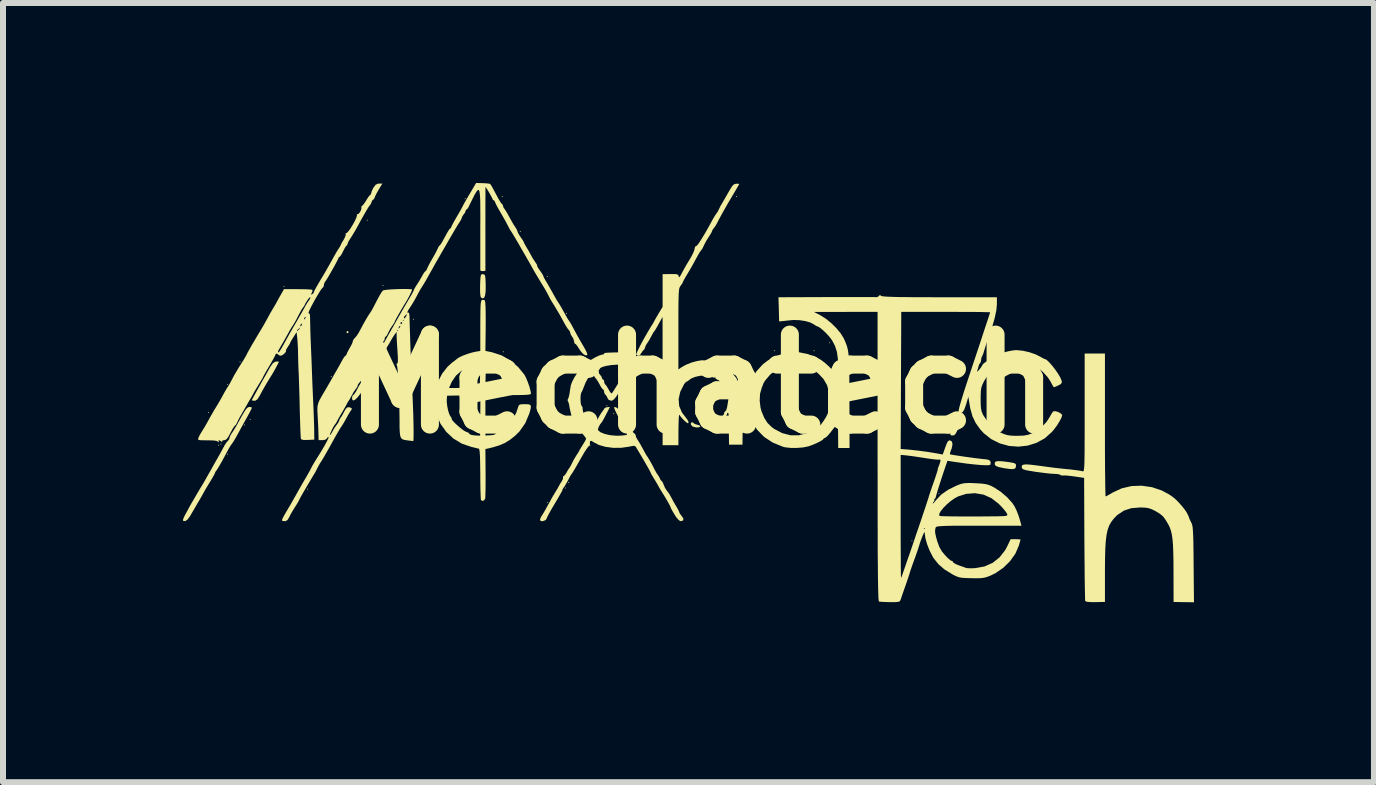
<source format=kicad_pcb>
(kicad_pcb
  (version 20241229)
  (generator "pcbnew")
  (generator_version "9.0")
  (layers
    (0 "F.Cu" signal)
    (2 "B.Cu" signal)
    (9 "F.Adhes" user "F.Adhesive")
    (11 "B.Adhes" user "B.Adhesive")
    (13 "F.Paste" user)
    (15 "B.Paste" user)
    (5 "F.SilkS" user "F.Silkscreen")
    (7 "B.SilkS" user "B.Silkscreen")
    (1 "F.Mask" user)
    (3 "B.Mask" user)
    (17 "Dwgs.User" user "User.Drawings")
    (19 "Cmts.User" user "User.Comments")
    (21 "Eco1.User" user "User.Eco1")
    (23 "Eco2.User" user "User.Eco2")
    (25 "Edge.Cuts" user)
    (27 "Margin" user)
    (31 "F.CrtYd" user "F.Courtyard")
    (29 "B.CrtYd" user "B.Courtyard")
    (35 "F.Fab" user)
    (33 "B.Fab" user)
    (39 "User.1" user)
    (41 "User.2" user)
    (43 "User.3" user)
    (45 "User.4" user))
  (footprint "Mechatech"
    (layer "F.Cu")
    (at 8.652 3.349)
    (property "Reference" "Mechatech" (at 0 0 0) (layer "F.SilkS") (effects (font (size 1.5 1.5) (thickness 0.3))))
    (attr board_only exclude_from_pos_files exclude_from_bom)
    (fp_poly (pts (xy -8.217 0.478) (xy -8.226 0.488) (xy -8.235 0.478) (xy -8.226 0.469)) (stroke (width 0) (type solid)) (fill yes) (layer "F.SilkS"))
    (fp_poly (pts (xy -8.048 1.022) (xy -8.057 1.032) (xy -8.066 1.022) (xy -8.057 1.013)) (stroke (width 0) (type solid)) (fill yes) (layer "F.SilkS"))
    (fp_poly (pts (xy -8.01 1.004) (xy -8.02 1.013) (xy -8.029 1.004) (xy -8.02 0.994)) (stroke (width 0) (type solid)) (fill yes) (layer "F.SilkS"))
    (fp_poly (pts (xy -7.898 0.009) (xy -7.907 0.019) (xy -7.916 0.009) (xy -7.907 0)) (stroke (width 0) (type solid)) (fill yes) (layer "F.SilkS"))
    (fp_poly (pts (xy -7.898 1.172) (xy -7.907 1.182) (xy -7.916 1.172) (xy -7.907 1.163)) (stroke (width 0) (type solid)) (fill yes) (layer "F.SilkS"))
    (fp_poly (pts (xy -7.691 -0.366) (xy -7.701 -0.356) (xy -7.71 -0.366) (xy -7.701 -0.375)) (stroke (width 0) (type solid)) (fill yes) (layer "F.SilkS"))
    (fp_poly (pts (xy -7.616 0.685) (xy -7.626 0.694) (xy -7.635 0.685) (xy -7.626 0.675)) (stroke (width 0) (type solid)) (fill yes) (layer "F.SilkS"))
    (fp_poly (pts (xy -7.522 0.591) (xy -7.532 0.6) (xy -7.541 0.591) (xy -7.532 0.582)) (stroke (width 0) (type solid)) (fill yes) (layer "F.SilkS"))
    (fp_poly (pts (xy -6.96 -1.623) (xy -6.969 -1.613) (xy -6.978 -1.623) (xy -6.969 -1.632)) (stroke (width 0) (type solid)) (fill yes) (layer "F.SilkS"))
    (fp_poly (pts (xy -6.566 1.754) (xy -6.575 1.763) (xy -6.584 1.754) (xy -6.575 1.745)) (stroke (width 0) (type solid)) (fill yes) (layer "F.SilkS"))
    (fp_poly (pts (xy -6.172 -0.122) (xy -6.181 -0.113) (xy -6.191 -0.122) (xy -6.181 -0.131)) (stroke (width 0) (type solid)) (fill yes) (layer "F.SilkS"))
    (fp_poly (pts (xy -5.571 -2.729) (xy -5.581 -2.72) (xy -5.59 -2.729) (xy -5.581 -2.739)) (stroke (width 0) (type solid)) (fill yes) (layer "F.SilkS"))
    (fp_poly (pts (xy -5.421 -0.403) (xy -5.431 -0.394) (xy -5.44 -0.403) (xy -5.431 -0.413)) (stroke (width 0) (type solid)) (fill yes) (layer "F.SilkS"))
    (fp_poly (pts (xy -5.309 -1.641) (xy -5.318 -1.632) (xy -5.328 -1.641) (xy -5.318 -1.651)) (stroke (width 0) (type solid)) (fill yes) (layer "F.SilkS"))
    (fp_poly (pts (xy -4.802 -1.079) (xy -4.812 -1.069) (xy -4.821 -1.079) (xy -4.812 -1.088)) (stroke (width 0) (type solid)) (fill yes) (layer "F.SilkS"))
    (fp_poly (pts (xy -3.939 -3.086) (xy -3.949 -3.077) (xy -3.958 -3.086) (xy -3.949 -3.095)) (stroke (width 0) (type solid)) (fill yes) (layer "F.SilkS"))
    (fp_poly (pts (xy -3.32 -3.123) (xy -3.33 -3.114) (xy -3.339 -3.123) (xy -3.33 -3.133)) (stroke (width 0) (type solid)) (fill yes) (layer "F.SilkS"))
    (fp_poly (pts (xy -3.302 -0.535) (xy -3.311 -0.525) (xy -3.32 -0.535) (xy -3.311 -0.544)) (stroke (width 0) (type solid)) (fill yes) (layer "F.SilkS"))
    (fp_poly (pts (xy -3.02 -2.542) (xy -3.03 -2.532) (xy -3.039 -2.542) (xy -3.03 -2.551)) (stroke (width 0) (type solid)) (fill yes) (layer "F.SilkS"))
    (fp_poly (pts (xy -2.57 -1.792) (xy -2.579 -1.782) (xy -2.589 -1.792) (xy -2.579 -1.801)) (stroke (width 0) (type solid)) (fill yes) (layer "F.SilkS"))
    (fp_poly (pts (xy -2.57 1.979) (xy -2.579 1.988) (xy -2.589 1.979) (xy -2.579 1.97)) (stroke (width 0) (type solid)) (fill yes) (layer "F.SilkS"))
    (fp_poly (pts (xy -2.27 1.735) (xy -2.279 1.745) (xy -2.289 1.735) (xy -2.279 1.726)) (stroke (width 0) (type solid)) (fill yes) (layer "F.SilkS"))
    (fp_poly (pts (xy -2.251 -1.172) (xy -2.26 -1.163) (xy -2.27 -1.172) (xy -2.26 -1.182)) (stroke (width 0) (type solid)) (fill yes) (layer "F.SilkS"))
    (fp_poly (pts (xy -2.214 1.641) (xy -2.223 1.651) (xy -2.232 1.641) (xy -2.223 1.632)) (stroke (width 0) (type solid)) (fill yes) (layer "F.SilkS"))
    (fp_poly (pts (xy -1.857 0.61) (xy -1.867 0.619) (xy -1.876 0.61) (xy -1.867 0.6)) (stroke (width 0) (type solid)) (fill yes) (layer "F.SilkS"))
    (fp_poly (pts (xy -1.82 -0.122) (xy -1.829 -0.113) (xy -1.838 -0.122) (xy -1.829 -0.131)) (stroke (width 0) (type solid)) (fill yes) (layer "F.SilkS"))
    (fp_poly (pts (xy -1.576 0.366) (xy -1.585 0.375) (xy -1.595 0.366) (xy -1.585 0.356)) (stroke (width 0) (type solid)) (fill yes) (layer "F.SilkS"))
    (fp_poly (pts (xy -1.463 0.497) (xy -1.473 0.506) (xy -1.482 0.497) (xy -1.473 0.488)) (stroke (width 0) (type solid)) (fill yes) (layer "F.SilkS"))
    (fp_poly (pts (xy -1.332 0.779) (xy -1.341 0.788) (xy -1.351 0.779) (xy -1.341 0.769)) (stroke (width 0) (type solid)) (fill yes) (layer "F.SilkS"))
    (fp_poly (pts (xy -1.163 -0.535) (xy -1.172 -0.525) (xy -1.182 -0.535) (xy -1.172 -0.544)) (stroke (width 0) (type solid)) (fill yes) (layer "F.SilkS"))
    (fp_poly (pts (xy -1.069 -0.347) (xy -1.079 -0.338) (xy -1.088 -0.347) (xy -1.079 -0.356)) (stroke (width 0) (type solid)) (fill yes) (layer "F.SilkS"))
    (fp_poly (pts (xy 0.206 -0.028) (xy 0.197 -0.019) (xy 0.188 -0.028) (xy 0.197 -0.038)) (stroke (width 0) (type solid)) (fill yes) (layer "F.SilkS"))
    (fp_poly (pts (xy 0.244 -0.028) (xy 0.234 -0.019) (xy 0.225 -0.028) (xy 0.234 -0.038)) (stroke (width 0) (type solid)) (fill yes) (layer "F.SilkS"))
    (fp_poly (pts (xy 0.582 -3.123) (xy 0.572 -3.114) (xy 0.563 -3.123) (xy 0.572 -3.133)) (stroke (width 0) (type solid)) (fill yes) (layer "F.SilkS"))
    (fp_poly (pts (xy 1.219 -0.553) (xy 1.21 -0.544) (xy 1.201 -0.553) (xy 1.21 -0.563)) (stroke (width 0) (type solid)) (fill yes) (layer "F.SilkS"))
    (fp_poly (pts (xy 1.876 -0.553) (xy 1.867 -0.544) (xy 1.857 -0.553) (xy 1.867 -0.563)) (stroke (width 0) (type solid)) (fill yes) (layer "F.SilkS"))
    (fp_poly (pts (xy 2.139 -0.685) (xy 2.129 -0.675) (xy 2.12 -0.685) (xy 2.129 -0.694)) (stroke (width 0) (type solid)) (fill yes) (layer "F.SilkS"))
    (fp_poly (pts (xy 2.232 -0.216) (xy 2.223 -0.206) (xy 2.214 -0.216) (xy 2.223 -0.225)) (stroke (width 0) (type solid)) (fill yes) (layer "F.SilkS"))
    (fp_poly (pts (xy 3.508 2.617) (xy 3.499 2.626) (xy 3.489 2.617) (xy 3.499 2.608)) (stroke (width 0) (type solid)) (fill yes) (layer "F.SilkS"))
    (fp_poly (pts (xy 3.958 1.829) (xy 3.949 1.838) (xy 3.939 1.829) (xy 3.949 1.82)) (stroke (width 0) (type solid)) (fill yes) (layer "F.SilkS"))
    (fp_poly (pts (xy 4.146 0.647) (xy 4.136 0.657) (xy 4.127 0.647) (xy 4.136 0.638)) (stroke (width 0) (type solid)) (fill yes) (layer "F.SilkS"))
    (fp_poly (pts (xy 4.934 -0.197) (xy 4.924 -0.188) (xy 4.915 -0.197) (xy 4.924 -0.206)) (stroke (width 0) (type solid)) (fill yes) (layer "F.SilkS"))
    (fp_poly (pts (xy -5.891 -0.867) (xy -5.89 -0.863) (xy -5.905 -0.845) (xy -5.909 -0.844) (xy -5.927 -0.858) (xy -5.928 -0.863) (xy -5.914 -0.881) (xy -5.909 -0.882)) (stroke (width 0) (type solid)) (fill yes) (layer "F.SilkS"))
    (fp_poly (pts (xy -0.152 0.643) (xy -0.142 0.654) (xy -0.118 0.669) (xy -0.075 0.682) (xy -0.074 0.682) (xy -0.038 0.695) (xy -0.027 0.711) (xy -0.028 0.712) (xy -0.055 0.725) (xy -0.1 0.725) (xy -0.147 0.714) (xy -0.16 0.708) (xy -0.184 0.68) (xy -0.188 0.665) (xy -0.176 0.641)) (stroke (width 0) (type solid)) (fill yes) (layer "F.SilkS"))
    (fp_poly (pts (xy -3.652 -1.829) (xy -3.633 -1.825) (xy -3.62 -1.812) (xy -3.613 -1.783) (xy -3.609 -1.73) (xy -3.606 -1.652) (xy -3.607 -1.544) (xy -3.617 -1.47) (xy -3.636 -1.43) (xy -3.664 -1.427) (xy -3.687 -1.443) (xy -3.694 -1.469) (xy -3.699 -1.523) (xy -3.7 -1.596) (xy -3.699 -1.647) (xy -3.696 -1.731) (xy -3.692 -1.785) (xy -3.685 -1.815) (xy -3.674 -1.827) (xy -3.657 -1.829)) (stroke (width 0) (type solid)) (fill yes) (layer "F.SilkS"))
    (fp_poly (pts (xy 4.293 0.542) (xy 4.311 0.554) (xy 4.32 0.568) (xy 4.318 0.594) (xy 4.304 0.64) (xy 4.28 0.708) (xy 4.251 0.785) (xy 4.227 0.831) (xy 4.204 0.854) (xy 4.189 0.859) (xy 4.153 0.858) (xy 4.14 0.85) (xy 4.141 0.826) (xy 4.152 0.778) (xy 4.17 0.715) (xy 4.191 0.65) (xy 4.213 0.591) (xy 4.231 0.55) (xy 4.238 0.538) (xy 4.266 0.533)) (stroke (width 0) (type solid)) (fill yes) (layer "F.SilkS"))
    (fp_poly (pts (xy 5.001 1.29) (xy 5.07 1.298) (xy 5.149 1.309) (xy 5.197 1.319) (xy 5.223 1.331) (xy 5.233 1.347) (xy 5.234 1.361) (xy 5.229 1.394) (xy 5.212 1.413) (xy 5.177 1.421) (xy 5.117 1.417) (xy 5.028 1.404) (xy 5.009 1.4) (xy 4.939 1.385) (xy 4.899 1.369) (xy 4.882 1.349) (xy 4.88 1.344) (xy 4.88 1.312) (xy 4.896 1.294) (xy 4.935 1.287)) (stroke (width 0) (type solid)) (fill yes) (layer "F.SilkS"))
    (fp_poly (pts (xy -7.053 -0.369) (xy -7.062 -0.348) (xy -7.085 -0.304) (xy -7.116 -0.246) (xy -7.15 -0.186) (xy -7.183 -0.131) (xy -7.195 -0.113) (xy -7.259 -0.008) (xy -7.327 0.11) (xy -7.376 0.202) (xy -7.41 0.255) (xy -7.443 0.279) (xy -7.461 0.281) (xy -7.494 0.278) (xy -7.504 0.271) (xy -7.495 0.252) (xy -7.471 0.207) (xy -7.435 0.141) (xy -7.391 0.061) (xy -7.374 0.032) (xy -7.323 -0.06) (xy -7.273 -0.147) (xy -7.231 -0.222) (xy -7.202 -0.275) (xy -7.198 -0.281) (xy -7.159 -0.339) (xy -7.121 -0.367) (xy -7.102 -0.372) (xy -7.066 -0.373)) (stroke (width 0) (type solid)) (fill yes) (layer "F.SilkS"))
    (fp_poly (pts (xy -7.513 0.388) (xy -7.504 0.398) (xy -7.512 0.42) (xy -7.536 0.467) (xy -7.569 0.529) (xy -7.586 0.559) (xy -7.635 0.647) (xy -7.688 0.743) (xy -7.734 0.828) (xy -7.738 0.835) (xy -7.775 0.902) (xy -7.809 0.958) (xy -7.833 0.994) (xy -7.835 0.997) (xy -7.862 1.034) (xy -7.892 1.084) (xy -7.895 1.09) (xy -7.959 1.21) (xy -8.013 1.309) (xy -8.057 1.385) (xy -8.086 1.432) (xy -8.096 1.444) (xy -8.115 1.472) (xy -8.118 1.482) (xy -8.126 1.503) (xy -8.151 1.548) (xy -8.188 1.611) (xy -8.23 1.68) (xy -8.253 1.718) (xy -8.285 1.772) (xy -8.301 1.801) (xy -8.337 1.866) (xy -8.381 1.942) (xy -8.409 1.989) (xy -8.453 2.065) (xy -8.501 2.147) (xy -8.526 2.191) (xy -8.571 2.256) (xy -8.612 2.287) (xy -8.646 2.283) (xy -8.652 2.278) (xy -8.65 2.257) (xy -8.633 2.215) (xy -8.615 2.18) (xy -8.58 2.117) (xy -8.548 2.057) (xy -8.536 2.035) (xy -8.506 1.982) (xy -8.463 1.909) (xy -8.415 1.827) (xy -8.368 1.747) (xy -8.34 1.701) (xy -8.315 1.66) (xy -8.277 1.594) (xy -8.23 1.51) (xy -8.176 1.416) (xy -8.121 1.317) (xy -8.067 1.222) (xy -8.02 1.138) (xy -7.983 1.07) (xy -7.96 1.027) (xy -7.957 1.022) (xy -7.93 0.979) (xy -7.905 0.952) (xy -7.904 0.951) (xy -7.881 0.921) (xy -7.879 0.906) (xy -7.868 0.872) (xy -7.842 0.826) (xy -7.836 0.818) (xy -7.801 0.765) (xy -7.762 0.7) (xy -7.748 0.675) (xy -7.691 0.571) (xy -7.648 0.495) (xy -7.616 0.443) (xy -7.592 0.41) (xy -7.572 0.393) (xy -7.554 0.386) (xy -7.546 0.385)) (stroke (width 0) (type solid)) (fill yes) (layer "F.SilkS"))
    (fp_poly (pts (xy 6.716 0.685) (xy 6.716 0.892) (xy 6.716 1.088) (xy 6.717 1.27) (xy 6.718 1.434) (xy 6.72 1.576) (xy 6.721 1.695) (xy 6.723 1.786) (xy 6.725 1.847) (xy 6.727 1.875) (xy 6.727 1.876) (xy 6.748 1.867) (xy 6.791 1.843) (xy 6.845 1.811) (xy 6.996 1.741) (xy 7.159 1.703) (xy 7.33 1.697) (xy 7.501 1.722) (xy 7.666 1.778) (xy 7.786 1.843) (xy 7.842 1.881) (xy 7.89 1.92) (xy 7.939 1.969) (xy 7.998 2.035) (xy 8.038 2.084) (xy 8.073 2.134) (xy 8.103 2.19) (xy 8.12 2.235) (xy 8.12 2.237) (xy 8.13 2.262) (xy 8.151 2.304) (xy 8.155 2.312) (xy 8.164 2.332) (xy 8.172 2.358) (xy 8.178 2.393) (xy 8.182 2.443) (xy 8.186 2.51) (xy 8.189 2.599) (xy 8.191 2.715) (xy 8.193 2.86) (xy 8.194 3.006) (xy 8.2 3.64) (xy 8.03 3.638) (xy 7.86 3.635) (xy 7.859 3.136) (xy 7.858 2.953) (xy 7.855 2.803) (xy 7.85 2.682) (xy 7.842 2.584) (xy 7.83 2.505) (xy 7.814 2.441) (xy 7.794 2.386) (xy 7.774 2.345) (xy 7.726 2.265) (xy 7.684 2.209) (xy 7.635 2.167) (xy 7.571 2.128) (xy 7.558 2.12) (xy 7.493 2.088) (xy 7.438 2.07) (xy 7.376 2.062) (xy 7.299 2.06) (xy 7.155 2.072) (xy 7.033 2.112) (xy 6.929 2.181) (xy 6.907 2.2) (xy 6.858 2.252) (xy 6.818 2.305) (xy 6.786 2.363) (xy 6.761 2.433) (xy 6.743 2.516) (xy 6.73 2.619) (xy 6.722 2.745) (xy 6.718 2.899) (xy 6.716 3.084) (xy 6.716 3.144) (xy 6.716 3.634) (xy 6.556 3.638) (xy 6.47 3.637) (xy 6.416 3.632) (xy 6.39 3.621) (xy 6.387 3.617) (xy 6.385 3.594) (xy 6.384 3.537) (xy 6.382 3.45) (xy 6.38 3.335) (xy 6.378 3.198) (xy 6.377 3.04) (xy 6.375 2.866) (xy 6.374 2.68) (xy 6.373 2.58) (xy 6.369 1.567) (xy 6.209 1.543) (xy 6.132 1.533) (xy 6.067 1.527) (xy 6.024 1.526) (xy 6.017 1.527) (xy 5.984 1.525) (xy 5.974 1.518) (xy 5.95 1.507) (xy 5.903 1.501) (xy 5.875 1.5) (xy 5.821 1.497) (xy 5.741 1.489) (xy 5.647 1.477) (xy 5.562 1.466) (xy 5.465 1.45) (xy 5.398 1.438) (xy 5.358 1.425) (xy 5.337 1.412) (xy 5.331 1.399) (xy 5.329 1.372) (xy 5.339 1.354) (xy 5.366 1.344) (xy 5.414 1.342) (xy 5.488 1.348) (xy 5.593 1.361) (xy 5.64 1.367) (xy 5.749 1.382) (xy 5.855 1.396) (xy 5.948 1.407) (xy 6.017 1.414) (xy 6.031 1.416) (xy 6.14 1.426) (xy 6.236 1.438) (xy 6.31 1.449) (xy 6.345 1.457) (xy 6.353 1.457) (xy 6.359 1.452) (xy 6.364 1.438) (xy 6.368 1.412) (xy 6.371 1.372) (xy 6.374 1.314) (xy 6.375 1.236) (xy 6.377 1.135) (xy 6.377 1.008) (xy 6.378 0.851) (xy 6.378 0.662) (xy 6.378 0.48) (xy 6.378 -0.506) (xy 6.547 -0.506) (xy 6.716 -0.506)) (stroke (width 0) (type solid)) (fill yes) (layer "F.SilkS"))
    (fp_poly (pts (xy -3.631 -1.398) (xy -3.618 -1.386) (xy -3.614 -1.36) (xy -3.61 -1.303) (xy -3.607 -1.22) (xy -3.606 -1.117) (xy -3.606 -1) (xy -3.606 -0.955) (xy -3.611 -0.55) (xy -3.5 -0.527) (xy -3.344 -0.476) (xy -3.198 -0.393) (xy -3.067 -0.283) (xy -2.965 -0.159) (xy -2.935 -0.105) (xy -2.905 -0.032) (xy -2.877 0.047) (xy -2.858 0.118) (xy -2.851 0.165) (xy -2.862 0.173) (xy -2.897 0.18) (xy -2.959 0.184) (xy -3.05 0.186) (xy -3.175 0.187) (xy -3.231 0.188) (xy -3.611 0.188) (xy -3.611 0.524) (xy -3.611 0.86) (xy -3.532 0.857) (xy -3.483 0.852) (xy -3.455 0.844) (xy -3.452 0.841) (xy -3.436 0.827) (xy -3.397 0.81) (xy -3.389 0.808) (xy -3.306 0.763) (xy -3.225 0.688) (xy -3.154 0.592) (xy -3.097 0.481) (xy -3.063 0.38) (xy -3.053 0.355) (xy -3.031 0.343) (xy -2.986 0.338) (xy -2.952 0.338) (xy -2.895 0.34) (xy -2.863 0.35) (xy -2.852 0.376) (xy -2.859 0.424) (xy -2.879 0.494) (xy -2.946 0.654) (xy -3.041 0.79) (xy -3.113 0.862) (xy -3.201 0.932) (xy -3.285 0.984) (xy -3.377 1.024) (xy -3.489 1.058) (xy -3.564 1.076) (xy -3.611 1.086) (xy -3.608 1.481) (xy -3.608 1.601) (xy -3.608 1.71) (xy -3.61 1.802) (xy -3.612 1.87) (xy -3.614 1.909) (xy -3.615 1.914) (xy -3.636 1.944) (xy -3.665 1.95) (xy -3.685 1.935) (xy -3.688 1.912) (xy -3.69 1.858) (xy -3.693 1.777) (xy -3.695 1.675) (xy -3.696 1.558) (xy -3.696 1.502) (xy -3.698 1.355) (xy -3.7 1.242) (xy -3.704 1.161) (xy -3.709 1.11) (xy -3.716 1.084) (xy -3.72 1.08) (xy -3.75 1.073) (xy -3.803 1.06) (xy -3.846 1.05) (xy -4.004 0.996) (xy -4.144 0.911) (xy -4.263 0.8) (xy -4.358 0.667) (xy -4.425 0.517) (xy -4.46 0.354) (xy -4.465 0.268) (xy -4.463 0.253) (xy -4.255 0.253) (xy -4.255 0.308) (xy -4.246 0.377) (xy -4.231 0.448) (xy -4.212 0.507) (xy -4.193 0.543) (xy -4.19 0.546) (xy -4.173 0.571) (xy -4.174 0.582) (xy -4.166 0.601) (xy -4.136 0.637) (xy -4.091 0.68) (xy -4.04 0.725) (xy -3.989 0.765) (xy -3.947 0.792) (xy -3.929 0.799) (xy -3.894 0.813) (xy -3.883 0.826) (xy -3.865 0.844) (xy -3.814 0.856) (xy -3.758 0.861) (xy -3.699 0.863) (xy -3.696 0.525) (xy -3.694 0.187) (xy -3.972 0.192) (xy -4.249 0.197) (xy -4.255 0.253) (xy -4.463 0.253) (xy -4.449 0.116) (xy -4.434 0.069) (xy -4.217 0.069) (xy -3.961 0.067) (xy -3.705 0.066) (xy -3.705 0.055) (xy -3.611 0.055) (xy -3.555 0.062) (xy -3.498 0.067) (xy -3.423 0.07) (xy -3.34 0.072) (xy -3.258 0.072) (xy -3.188 0.07) (xy -3.139 0.067) (xy -3.125 0.064) (xy -3.102 0.044) (xy -3.095 0.017) (xy -3.107 0.001) (xy -3.112 0) (xy -3.129 -0.016) (xy -3.14 -0.045) (xy -3.159 -0.08) (xy -3.198 -0.126) (xy -3.248 -0.176) (xy -3.299 -0.221) (xy -3.343 -0.253) (xy -3.369 -0.263) (xy -3.393 -0.274) (xy -3.395 -0.282) (xy -3.407 -0.293) (xy -3.415 -0.29) (xy -3.445 -0.29) (xy -3.458 -0.298) (xy -3.493 -0.314) (xy -3.543 -0.323) (xy -3.604 -0.328) (xy -3.607 -0.137) (xy -3.611 0.055) (xy -3.705 0.055) (xy -3.7 -0.137) (xy -3.694 -0.34) (xy -3.765 -0.326) (xy -3.892 -0.287) (xy -4.007 -0.221) (xy -4.103 -0.136) (xy -4.171 -0.036) (xy -4.18 -0.017) (xy -4.217 0.069) (xy -4.434 0.069) (xy -4.403 -0.033) (xy -4.332 -0.171) (xy -4.24 -0.288) (xy -4.17 -0.351) (xy -4.122 -0.387) (xy -4.085 -0.417) (xy -4.075 -0.425) (xy -4.04 -0.447) (xy -3.979 -0.474) (xy -3.906 -0.501) (xy -3.832 -0.523) (xy -3.77 -0.537) (xy -3.696 -0.549) (xy -3.696 -0.969) (xy -3.695 -1.107) (xy -3.694 -1.212) (xy -3.692 -1.288) (xy -3.689 -1.34) (xy -3.683 -1.374) (xy -3.676 -1.392) (xy -3.667 -1.4) (xy -3.666 -1.401)) (stroke (width 0) (type solid)) (fill yes) (layer "F.SilkS"))
    (fp_poly (pts (xy 0.619 -3.332) (xy 0.61 -3.313) (xy 0.585 -3.269) (xy 0.549 -3.208) (xy 0.519 -3.157) (xy 0.435 -3.016) (xy 0.351 -2.868) (xy 0.275 -2.729) (xy 0.247 -2.673) (xy 0.219 -2.626) (xy 0.193 -2.592) (xy 0.193 -2.592) (xy 0.172 -2.563) (xy 0.169 -2.551) (xy 0.159 -2.527) (xy 0.134 -2.484) (xy 0.112 -2.45) (xy 0.073 -2.388) (xy 0.039 -2.325) (xy 0.028 -2.301) (xy 0.006 -2.255) (xy -0.014 -2.227) (xy -0.017 -2.224) (xy -0.033 -2.203) (xy -0.061 -2.158) (xy -0.093 -2.099) (xy -0.095 -2.096) (xy -0.136 -2.02) (xy -0.186 -1.931) (xy -0.236 -1.847) (xy -0.237 -1.844) (xy -0.275 -1.781) (xy -0.303 -1.731) (xy -0.318 -1.701) (xy -0.319 -1.697) (xy -0.329 -1.675) (xy -0.355 -1.639) (xy -0.356 -1.637) (xy -0.366 -1.623) (xy -0.374 -1.606) (xy -0.381 -1.582) (xy -0.385 -1.548) (xy -0.389 -1.499) (xy -0.391 -1.431) (xy -0.393 -1.342) (xy -0.394 -1.226) (xy -0.394 -1.08) (xy -0.394 -0.915) (xy -0.394 -0.241) (xy -0.342 -0.277) (xy -0.269 -0.318) (xy -0.178 -0.355) (xy -0.083 -0.381) (xy -0.002 -0.394) (xy 0.008 -0.394) (xy 0.103 -0.383) (xy 0.212 -0.355) (xy 0.318 -0.314) (xy 0.4 -0.269) (xy 0.446 -0.236) (xy 0.477 -0.211) (xy 0.484 -0.203) (xy 0.5 -0.182) (xy 0.53 -0.147) (xy 0.534 -0.143) (xy 0.569 -0.099) (xy 0.59 -0.058) (xy 0.591 -0.057) (xy 0.606 -0.026) (xy 0.617 -0.019) (xy 0.633 -0.004) (xy 0.635 0.005) (xy 0.639 0.034) (xy 0.649 0.089) (xy 0.661 0.152) (xy 0.671 0.234) (xy 0.678 0.35) (xy 0.68 0.499) (xy 0.679 0.645) (xy 0.674 1.013) (xy 0.562 1.013) (xy 0.45 1.013) (xy 0.447 0.783) (xy 0.445 0.69) (xy 0.444 0.608) (xy 0.443 0.546) (xy 0.443 0.513) (xy 0.437 0.484) (xy 0.427 0.481) (xy 0.413 0.506) (xy 0.413 0.513) (xy 0.398 0.543) (xy 0.362 0.584) (xy 0.312 0.628) (xy 0.258 0.667) (xy 0.232 0.682) (xy 0.171 0.706) (xy 0.107 0.722) (xy 0.052 0.727) (xy 0.016 0.72) (xy 0.011 0.715) (xy 0.007 0.702) (xy 0.021 0.694) (xy 0.061 0.689) (xy 0.094 0.687) (xy 0.14 0.674) (xy 0.196 0.647) (xy 0.256 0.61) (xy 0.309 0.569) (xy 0.349 0.53) (xy 0.368 0.499) (xy 0.367 0.489) (xy 0.372 0.469) (xy 0.382 0.463) (xy 0.402 0.44) (xy 0.417 0.394) (xy 0.419 0.381) (xy 0.429 0.322) (xy 0.437 0.271) (xy 0.438 0.267) (xy 0.437 0.229) (xy 0.428 0.213) (xy 0.417 0.189) (xy 0.419 0.18) (xy 0.416 0.143) (xy 0.394 0.09) (xy 0.358 0.032) (xy 0.317 -0.022) (xy 0.276 -0.061) (xy 0.245 -0.075) (xy 0.226 -0.09) (xy 0.225 -0.097) (xy 0.218 -0.11) (xy 0.213 -0.106) (xy 0.189 -0.105) (xy 0.18 -0.11) (xy 0.127 -0.132) (xy 0.052 -0.14) (xy -0.032 -0.135) (xy -0.114 -0.117) (xy -0.181 -0.09) (xy -0.205 -0.072) (xy -0.238 -0.046) (xy -0.257 -0.038) (xy -0.277 -0.023) (xy -0.299 0.005) (xy -0.363 0.132) (xy -0.39 0.253) (xy -0.381 0.369) (xy -0.335 0.476) (xy -0.282 0.546) (xy -0.246 0.593) (xy -0.226 0.631) (xy -0.227 0.654) (xy -0.235 0.657) (xy -0.258 0.644) (xy -0.295 0.612) (xy -0.334 0.572) (xy -0.365 0.534) (xy -0.376 0.516) (xy -0.382 0.519) (xy -0.387 0.555) (xy -0.39 0.621) (xy -0.392 0.714) (xy -0.393 0.75) (xy -0.394 1.022) (xy -0.525 1.022) (xy -0.657 1.022) (xy -0.657 -0.047) (xy -0.658 -1.116) (xy -0.705 -1.032) (xy -0.753 -0.945) (xy -0.788 -0.887) (xy -0.807 -0.863) (xy -0.82 -0.842) (xy -0.843 -0.799) (xy -0.854 -0.779) (xy -0.882 -0.727) (xy -0.908 -0.687) (xy -0.914 -0.679) (xy -0.938 -0.641) (xy -0.949 -0.608) (xy -0.963 -0.574) (xy -0.975 -0.563) (xy -0.991 -0.548) (xy -1.01 -0.516) (xy -1.038 -0.479) (xy -1.071 -0.469) (xy -1.097 -0.487) (xy -1.092 -0.509) (xy -1.071 -0.556) (xy -1.039 -0.622) (xy -0.998 -0.7) (xy -0.951 -0.785) (xy -0.903 -0.868) (xy -0.858 -0.944) (xy -0.84 -0.972) (xy -0.812 -1.017) (xy -0.794 -1.051) (xy -0.778 -1.081) (xy -0.749 -1.131) (xy -0.719 -1.182) (xy -0.657 -1.285) (xy -0.657 -1.557) (xy -0.657 -1.829) (xy -0.526 -1.831) (xy -0.457 -1.831) (xy -0.417 -1.827) (xy -0.398 -1.817) (xy -0.39 -1.797) (xy -0.39 -1.794) (xy -0.383 -1.778) (xy -0.369 -1.789) (xy -0.345 -1.83) (xy -0.336 -1.848) (xy -0.302 -1.911) (xy -0.257 -1.99) (xy -0.21 -2.068) (xy -0.207 -2.073) (xy -0.168 -2.14) (xy -0.139 -2.202) (xy -0.124 -2.247) (xy -0.124 -2.253) (xy -0.116 -2.287) (xy -0.102 -2.295) (xy -0.083 -2.307) (xy -0.051 -2.349) (xy -0.007 -2.417) (xy 0.047 -2.506) (xy 0.108 -2.613) (xy 0.156 -2.701) (xy 0.189 -2.761) (xy 0.219 -2.81) (xy 0.235 -2.833) (xy 0.262 -2.872) (xy 0.28 -2.908) (xy 0.302 -2.954) (xy 0.318 -2.983) (xy 0.336 -3.013) (xy 0.366 -3.065) (xy 0.398 -3.12) (xy 0.447 -3.206) (xy 0.482 -3.265) (xy 0.507 -3.302) (xy 0.527 -3.322) (xy 0.547 -3.332) (xy 0.569 -3.336) (xy 0.606 -3.337)) (stroke (width 0) (type solid)) (fill yes) (layer "F.SilkS"))
    (fp_poly (pts (xy -4.91 -1.581) (xy -4.846 -1.578) (xy -4.835 -1.577) (xy -4.836 -1.562) (xy -4.852 -1.522) (xy -4.878 -1.468) (xy -4.911 -1.407) (xy -4.943 -1.353) (xy -4.981 -1.291) (xy -5.022 -1.222) (xy -5.061 -1.154) (xy -5.094 -1.095) (xy -5.115 -1.055) (xy -5.121 -1.04) (xy -5.132 -1.017) (xy -5.157 -0.978) (xy -5.165 -0.968) (xy -5.202 -0.911) (xy -5.232 -0.851) (xy -5.233 -0.849) (xy -5.253 -0.808) (xy -5.272 -0.788) (xy -5.274 -0.788) (xy -5.287 -0.772) (xy -5.29 -0.75) (xy -5.298 -0.72) (xy -5.308 -0.713) (xy -5.327 -0.698) (xy -5.352 -0.659) (xy -5.361 -0.643) (xy -5.402 -0.563) (xy -5.448 -0.478) (xy -5.493 -0.399) (xy -5.533 -0.335) (xy -5.556 -0.302) (xy -5.58 -0.265) (xy -5.59 -0.24) (xy -5.601 -0.214) (xy -5.627 -0.175) (xy -5.628 -0.174) (xy -5.654 -0.135) (xy -5.665 -0.108) (xy -5.665 -0.108) (xy -5.657 -0.098) (xy -5.636 -0.115) (xy -5.606 -0.155) (xy -5.571 -0.212) (xy -5.561 -0.231) (xy -5.523 -0.302) (xy -5.495 -0.345) (xy -5.472 -0.367) (xy -5.448 -0.375) (xy -5.438 -0.375) (xy -5.408 -0.362) (xy -5.405 -0.332) (xy -5.419 -0.309) (xy -5.439 -0.279) (xy -5.474 -0.221) (xy -5.521 -0.136) (xy -5.579 -0.03) (xy -5.584 -0.019) (xy -5.643 0.085) (xy -5.698 0.169) (xy -5.747 0.23) (xy -5.787 0.267) (xy -5.817 0.277) (xy -5.832 0.257) (xy -5.834 0.236) (xy -5.828 0.2) (xy -5.816 0.188) (xy -5.798 0.172) (xy -5.771 0.132) (xy -5.748 0.089) (xy -5.716 0.029) (xy -5.685 -0.021) (xy -5.67 -0.042) (xy -5.653 -0.067) (xy -5.655 -0.075) (xy -5.673 -0.063) (xy -5.7 -0.035) (xy -5.725 -0.003) (xy -5.741 0.022) (xy -5.74 0.029) (xy -5.743 0.043) (xy -5.758 0.065) (xy -5.804 0.13) (xy -5.856 0.224) (xy -5.856 0.225) (xy -5.877 0.263) (xy -5.89 0.281) (xy -5.905 0.304) (xy -5.923 0.338) (xy -5.945 0.38) (xy -5.979 0.439) (xy -6.002 0.478) (xy -6.038 0.539) (xy -6.069 0.594) (xy -6.082 0.619) (xy -6.103 0.657) (xy -6.117 0.675) (xy -6.134 0.698) (xy -6.157 0.739) (xy -6.18 0.787) (xy -6.198 0.829) (xy -6.205 0.854) (xy -6.204 0.855) (xy -6.192 0.845) (xy -6.17 0.811) (xy -6.161 0.793) (xy -6.129 0.739) (xy -6.098 0.693) (xy -6.092 0.687) (xy -6.062 0.643) (xy -6.048 0.611) (xy -6.033 0.576) (xy -6.024 0.563) (xy -6.009 0.542) (xy -5.984 0.499) (xy -5.968 0.467) (xy -5.938 0.416) (xy -5.913 0.392) (xy -5.885 0.389) (xy -5.878 0.39) (xy -5.841 0.404) (xy -5.839 0.425) (xy -5.852 0.442) (xy -5.869 0.467) (xy -5.897 0.514) (xy -5.929 0.572) (xy -5.963 0.634) (xy -5.994 0.685) (xy -6.013 0.713) (xy -6.03 0.738) (xy -6.061 0.791) (xy -6.103 0.863) (xy -6.151 0.949) (xy -6.181 1.004) (xy -6.232 1.095) (xy -6.278 1.176) (xy -6.316 1.241) (xy -6.341 1.283) (xy -6.349 1.294) (xy -6.372 1.33) (xy -6.4 1.38) (xy -6.404 1.388) (xy -6.429 1.439) (xy -6.45 1.478) (xy -6.453 1.482) (xy -6.514 1.584) (xy -6.573 1.683) (xy -6.625 1.772) (xy -6.668 1.846) (xy -6.697 1.899) (xy -6.71 1.924) (xy -6.727 1.958) (xy -6.757 2.009) (xy -6.785 2.053) (xy -6.826 2.119) (xy -6.863 2.184) (xy -6.879 2.218) (xy -6.91 2.27) (xy -6.945 2.288) (xy -6.951 2.289) (xy -6.988 2.284) (xy -7.002 2.278) (xy -6.998 2.258) (xy -6.978 2.215) (xy -6.946 2.159) (xy -6.942 2.151) (xy -6.899 2.079) (xy -6.847 1.991) (xy -6.797 1.901) (xy -6.782 1.876) (xy -6.731 1.784) (xy -6.674 1.684) (xy -6.622 1.594) (xy -6.611 1.576) (xy -6.571 1.507) (xy -6.537 1.446) (xy -6.515 1.403) (xy -6.511 1.395) (xy -6.493 1.361) (xy -6.46 1.305) (xy -6.42 1.24) (xy -6.411 1.226) (xy -6.347 1.123) (xy -6.294 1.033) (xy -6.254 0.96) (xy -6.23 0.909) (xy -6.223 0.884) (xy -6.226 0.882) (xy -6.247 0.897) (xy -6.254 0.91) (xy -6.28 0.931) (xy -6.328 0.938) (xy -6.391 0.938) (xy -6.395 0.811) (xy -6.397 0.73) (xy -6.402 0.63) (xy -6.407 0.532) (xy -6.408 0.518) (xy -6.412 0.437) (xy -6.41 0.377) (xy -6.399 0.326) (xy -6.377 0.272) (xy -6.339 0.204) (xy -6.313 0.159) (xy -6.275 0.095) (xy -6.233 0.023) (xy -6.22 0) (xy -6.186 -0.059) (xy -6.143 -0.135) (xy -6.099 -0.212) (xy -6.096 -0.216) (xy -6.056 -0.287) (xy -6.019 -0.354) (xy -5.992 -0.404) (xy -5.99 -0.408) (xy -5.965 -0.448) (xy -5.946 -0.468) (xy -5.943 -0.469) (xy -5.928 -0.483) (xy -5.928 -0.487) (xy -5.919 -0.512) (xy -5.896 -0.557) (xy -5.871 -0.602) (xy -5.842 -0.654) (xy -5.825 -0.693) (xy -5.822 -0.707) (xy -5.818 -0.726) (xy -5.8 -0.751) (xy -5.762 -0.794) (xy -5.733 -0.836) (xy -5.702 -0.891) (xy -5.687 -0.919) (xy -5.649 -0.991) (xy -5.608 -1.064) (xy -5.571 -1.126) (xy -5.544 -1.168) (xy -5.54 -1.173) (xy -5.522 -1.2) (xy -5.497 -1.242) (xy -5.463 -1.306) (xy -5.416 -1.397) (xy -5.412 -1.404) (xy -5.377 -1.469) (xy -5.345 -1.523) (xy -5.321 -1.554) (xy -5.319 -1.557) (xy -5.292 -1.564) (xy -5.237 -1.571) (xy -5.163 -1.576) (xy -5.077 -1.58) (xy -4.99 -1.582)) (stroke (width 0) (type solid)) (fill yes) (layer "F.SilkS"))
    (fp_poly (pts (xy -1.346 -0.523) (xy -1.258 -0.512) (xy -1.181 -0.495) (xy -1.128 -0.473) (xy -1.118 -0.466) (xy -1.115 -0.442) (xy -1.135 -0.413) (xy -1.157 -0.386) (xy -1.153 -0.376) (xy -1.138 -0.375) (xy -1.111 -0.37) (xy -1.107 -0.365) (xy -1.115 -0.34) (xy -1.137 -0.296) (xy -1.164 -0.244) (xy -1.191 -0.197) (xy -1.21 -0.169) (xy -1.234 -0.129) (xy -1.248 -0.094) (xy -1.263 -0.055) (xy -1.276 -0.038) (xy -1.293 -0.016) (xy -1.319 0.025) (xy -1.326 0.038) (xy -1.383 0.138) (xy -1.428 0.209) (xy -1.464 0.254) (xy -1.494 0.276) (xy -1.515 0.281) (xy -1.557 0.265) (xy -1.575 0.236) (xy -1.595 0.197) (xy -1.612 0.179) (xy -1.629 0.152) (xy -1.632 0.13) (xy -1.639 0.1) (xy -1.648 0.094) (xy -1.665 0.079) (xy -1.691 0.04) (xy -1.707 0.009) (xy -1.737 -0.044) (xy -1.765 -0.085) (xy -1.776 -0.096) (xy -1.798 -0.127) (xy -1.801 -0.141) (xy -1.812 -0.159) (xy -1.838 -0.153) (xy -1.873 -0.127) (xy -1.907 -0.085) (xy -1.941 -0.022) (xy -1.968 0.045) (xy -1.97 0.05) (xy -1.989 0.1) (xy -2.006 0.135) (xy -2.01 0.14) (xy -2.02 0.169) (xy -2.025 0.22) (xy -2.025 0.278) (xy -2.02 0.331) (xy -2.01 0.363) (xy -2.006 0.366) (xy -1.991 0.393) (xy -1.991 0.41) (xy -1.986 0.449) (xy -1.973 0.494) (xy -1.957 0.536) (xy -1.951 0.562) (xy -1.936 0.581) (xy -1.923 0.588) (xy -1.898 0.612) (xy -1.895 0.625) (xy -1.882 0.657) (xy -1.86 0.682) (xy -1.832 0.703) (xy -1.812 0.696) (xy -1.799 0.68) (xy -1.774 0.644) (xy -1.742 0.591) (xy -1.726 0.563) (xy -1.695 0.509) (xy -1.667 0.466) (xy -1.657 0.454) (xy -1.636 0.425) (xy -1.632 0.414) (xy -1.616 0.399) (xy -1.585 0.389) (xy -1.55 0.385) (xy -1.538 0.386) (xy -1.546 0.405) (xy -1.567 0.447) (xy -1.595 0.501) (xy -1.624 0.557) (xy -1.65 0.605) (xy -1.667 0.634) (xy -1.67 0.638) (xy -1.698 0.673) (xy -1.722 0.717) (xy -1.735 0.756) (xy -1.734 0.771) (xy -1.696 0.804) (xy -1.629 0.832) (xy -1.544 0.853) (xy -1.451 0.863) (xy -1.407 0.864) (xy -1.337 0.861) (xy -1.282 0.855) (xy -1.253 0.848) (xy -1.252 0.846) (xy -1.253 0.825) (xy -1.267 0.782) (xy -1.29 0.728) (xy -1.316 0.675) (xy -1.34 0.634) (xy -1.352 0.619) (xy -1.37 0.595) (xy -1.395 0.551) (xy -1.422 0.497) (xy -1.447 0.445) (xy -1.463 0.405) (xy -1.466 0.387) (xy -1.466 0.387) (xy -1.435 0.389) (xy -1.394 0.418) (xy -1.347 0.467) (xy -1.301 0.53) (xy -1.26 0.6) (xy -1.23 0.67) (xy -1.23 0.672) (xy -1.208 0.708) (xy -1.19 0.72) (xy -1.168 0.745) (xy -1.163 0.769) (xy -1.151 0.805) (xy -1.135 0.819) (xy -1.11 0.843) (xy -1.107 0.857) (xy -1.097 0.892) (xy -1.072 0.935) (xy -1.072 0.935) (xy -1.044 0.979) (xy -1.009 1.041) (xy -0.983 1.088) (xy -0.953 1.144) (xy -0.93 1.185) (xy -0.919 1.201) (xy -0.903 1.224) (xy -0.875 1.271) (xy -0.842 1.329) (xy -0.81 1.389) (xy -0.792 1.426) (xy -0.765 1.475) (xy -0.741 1.511) (xy -0.738 1.515) (xy -0.713 1.553) (xy -0.703 1.576) (xy -0.688 1.606) (xy -0.678 1.613) (xy -0.663 1.629) (xy -0.644 1.668) (xy -0.64 1.679) (xy -0.619 1.729) (xy -0.597 1.766) (xy -0.594 1.769) (xy -0.546 1.834) (xy -0.502 1.913) (xy -0.478 1.959) (xy -0.445 2.016) (xy -0.433 2.035) (xy -0.404 2.086) (xy -0.385 2.125) (xy -0.382 2.136) (xy -0.367 2.167) (xy -0.337 2.205) (xy -0.31 2.247) (xy -0.316 2.276) (xy -0.352 2.289) (xy -0.356 2.289) (xy -0.388 2.271) (xy -0.431 2.221) (xy -0.458 2.178) (xy -0.492 2.121) (xy -0.516 2.077) (xy -0.525 2.054) (xy -0.525 2.054) (xy -0.534 2.032) (xy -0.559 1.986) (xy -0.593 1.926) (xy -0.632 1.861) (xy -0.671 1.799) (xy -0.68 1.785) (xy -0.707 1.74) (xy -0.725 1.707) (xy -0.742 1.677) (xy -0.771 1.627) (xy -0.8 1.58) (xy -0.831 1.529) (xy -0.851 1.494) (xy -0.855 1.482) (xy -0.862 1.467) (xy -0.884 1.425) (xy -0.919 1.363) (xy -0.964 1.285) (xy -1.015 1.198) (xy -1.069 1.107) (xy -1.103 1.051) (xy -1.118 1.036) (xy -1.146 1.033) (xy -1.196 1.042) (xy -1.218 1.047) (xy -1.345 1.065) (xy -1.478 1.066) (xy -1.606 1.05) (xy -1.719 1.018) (xy -1.802 0.975) (xy -1.84 0.951) (xy -1.859 0.949) (xy -1.868 0.964) (xy -1.87 1.002) (xy -1.865 1.015) (xy -1.862 1.029) (xy -1.87 1.026) (xy -1.887 1.036) (xy -1.917 1.073) (xy -1.955 1.13) (xy -1.981 1.174) (xy -2.027 1.254) (xy -2.071 1.331) (xy -2.107 1.393) (xy -2.118 1.413) (xy -2.147 1.461) (xy -2.168 1.494) (xy -2.174 1.501) (xy -2.188 1.522) (xy -2.212 1.565) (xy -2.232 1.604) (xy -2.263 1.66) (xy -2.29 1.706) (xy -2.303 1.722) (xy -2.323 1.753) (xy -2.326 1.766) (xy -2.335 1.788) (xy -2.361 1.835) (xy -2.399 1.902) (xy -2.445 1.98) (xy -2.457 2) (xy -2.506 2.082) (xy -2.546 2.153) (xy -2.575 2.208) (xy -2.588 2.238) (xy -2.589 2.241) (xy -2.605 2.269) (xy -2.647 2.286) (xy -2.675 2.289) (xy -2.699 2.275) (xy -2.701 2.265) (xy -2.691 2.232) (xy -2.674 2.202) (xy -2.659 2.179) (xy -2.639 2.146) (xy -2.612 2.099) (xy -2.574 2.03) (xy -2.521 1.935) (xy -2.51 1.913) (xy -2.475 1.853) (xy -2.44 1.795) (xy -2.438 1.792) (xy -2.409 1.745) (xy -2.39 1.709) (xy -2.389 1.707) (xy -2.37 1.672) (xy -2.341 1.628) (xy -2.341 1.627) (xy -2.32 1.587) (xy -2.316 1.559) (xy -2.317 1.557) (xy -2.316 1.54) (xy -2.309 1.538) (xy -2.288 1.523) (xy -2.263 1.486) (xy -2.258 1.477) (xy -2.235 1.435) (xy -2.217 1.409) (xy -2.215 1.407) (xy -2.2 1.385) (xy -2.177 1.342) (xy -2.168 1.323) (xy -2.136 1.26) (xy -2.1 1.201) (xy -2.094 1.191) (xy -2.068 1.152) (xy -2.054 1.127) (xy -2.053 1.126) (xy -2.043 1.106) (xy -2.019 1.065) (xy -1.992 1.023) (xy -1.96 0.971) (xy -1.938 0.93) (xy -1.932 0.914) (xy -1.944 0.892) (xy -1.975 0.852) (xy -2.016 0.804) (xy -2.11 0.676) (xy -2.175 0.538) (xy -2.206 0.405) (xy -2.216 0.345) (xy -2.228 0.302) (xy -2.236 0.289) (xy -2.242 0.267) (xy -2.236 0.256) (xy -2.223 0.225) (xy -2.211 0.173) (xy -2.207 0.15) (xy -2.198 0.088) (xy -2.189 0.035) (xy -2.187 0.023) (xy -2.165 -0.037) (xy -2.125 -0.113) (xy -2.072 -0.193) (xy -2.05 -0.221) (xy -1.723 -0.221) (xy -1.717 -0.175) (xy -1.698 -0.15) (xy -1.674 -0.118) (xy -1.67 -0.101) (xy -1.659 -0.077) (xy -1.651 -0.075) (xy -1.635 -0.059) (xy -1.632 -0.039) (xy -1.623 -0.003) (xy -1.613 0.01) (xy -1.593 0.032) (xy -1.567 0.076) (xy -1.555 0.097) (xy -1.53 0.139) (xy -1.509 0.158) (xy -1.502 0.157) (xy -1.487 0.134) (xy -1.457 0.088) (xy -1.419 0.026) (xy -1.4 -0.005) (xy -1.362 -0.072) (xy -1.332 -0.126) (xy -1.315 -0.16) (xy -1.313 -0.167) (xy -1.303 -0.191) (xy -1.277 -0.229) (xy -1.273 -0.233) (xy -1.25 -0.27) (xy -1.244 -0.293) (xy -1.245 -0.295) (xy -1.283 -0.311) (xy -1.346 -0.32) (xy -1.426 -0.32) (xy -1.511 -0.314) (xy -1.592 -0.301) (xy -1.659 -0.283) (xy -1.697 -0.263) (xy -1.723 -0.221) (xy -2.05 -0.221) (xy -2.015 -0.266) (xy -1.984 -0.3) (xy -1.93 -0.347) (xy -1.861 -0.395) (xy -1.788 -0.438) (xy -1.721 -0.471) (xy -1.67 -0.487) (xy -1.661 -0.488) (xy -1.635 -0.496) (xy -1.632 -0.502) (xy -1.631 -0.51) (xy -1.622 -0.515) (xy -1.6 -0.518) (xy -1.558 -0.521) (xy -1.488 -0.523) (xy -1.435 -0.525)) (stroke (width 0) (type solid)) (fill yes) (layer "F.SilkS"))
    (fp_poly (pts (xy -5.394 -3.231) (xy -5.427 -3.173) (xy -5.45 -3.125) (xy -5.459 -3.1) (xy -5.47 -3.078) (xy -5.476 -3.077) (xy -5.495 -3.061) (xy -5.507 -3.034) (xy -5.522 -2.997) (xy -5.533 -2.983) (xy -5.551 -2.96) (xy -5.582 -2.91) (xy -5.623 -2.84) (xy -5.67 -2.757) (xy -5.679 -2.741) (xy -5.739 -2.63) (xy -5.787 -2.545) (xy -5.826 -2.481) (xy -5.859 -2.428) (xy -5.863 -2.422) (xy -5.892 -2.376) (xy -5.908 -2.339) (xy -5.909 -2.331) (xy -5.918 -2.309) (xy -5.923 -2.307) (xy -5.938 -2.292) (xy -5.962 -2.252) (xy -5.981 -2.214) (xy -6.007 -2.162) (xy -6.031 -2.128) (xy -6.041 -2.12) (xy -6.059 -2.105) (xy -6.059 -2.101) (xy -6.068 -2.078) (xy -6.092 -2.032) (xy -6.125 -1.969) (xy -6.165 -1.898) (xy -6.205 -1.828) (xy -6.242 -1.765) (xy -6.271 -1.719) (xy -6.286 -1.699) (xy -6.301 -1.665) (xy -6.303 -1.649) (xy -6.31 -1.618) (xy -6.317 -1.61) (xy -6.336 -1.591) (xy -6.366 -1.549) (xy -6.402 -1.49) (xy -6.442 -1.422) (xy -6.481 -1.351) (xy -6.517 -1.284) (xy -6.544 -1.228) (xy -6.559 -1.189) (xy -6.559 -1.174) (xy -6.557 -1.175) (xy -6.543 -1.172) (xy -6.535 -1.146) (xy -6.533 -1.09) (xy -6.533 -1.075) (xy -6.532 -1.017) (xy -6.53 -0.931) (xy -6.527 -0.828) (xy -6.523 -0.718) (xy -6.521 -0.675) (xy -6.516 -0.549) (xy -6.51 -0.411) (xy -6.505 -0.278) (xy -6.501 -0.164) (xy -6.5 -0.15) (xy -6.496 -0.031) (xy -6.49 0.107) (xy -6.484 0.243) (xy -6.48 0.328) (xy -6.475 0.442) (xy -6.471 0.563) (xy -6.467 0.675) (xy -6.465 0.75) (xy -6.463 0.929) (xy -6.571 0.934) (xy -6.64 0.935) (xy -6.677 0.926) (xy -6.686 0.915) (xy -6.689 0.891) (xy -6.692 0.834) (xy -6.696 0.75) (xy -6.699 0.644) (xy -6.703 0.522) (xy -6.706 0.403) (xy -6.709 0.263) (xy -6.713 0.129) (xy -6.717 0.006) (xy -6.72 -0.099) (xy -6.723 -0.178) (xy -6.725 -0.216) (xy -6.729 -0.302) (xy -6.732 -0.404) (xy -6.734 -0.501) (xy -6.734 -0.506) (xy -6.736 -0.596) (xy -6.741 -0.685) (xy -6.746 -0.757) (xy -6.747 -0.765) (xy -6.758 -0.863) (xy -6.812 -0.778) (xy -6.842 -0.729) (xy -6.862 -0.693) (xy -6.866 -0.682) (xy -6.876 -0.661) (xy -6.9 -0.624) (xy -6.905 -0.616) (xy -6.929 -0.577) (xy -6.936 -0.553) (xy -6.935 -0.551) (xy -6.938 -0.532) (xy -6.962 -0.505) (xy -6.994 -0.48) (xy -7.023 -0.469) (xy -7.024 -0.469) (xy -7.056 -0.48) (xy -7.063 -0.488) (xy -7.085 -0.505) (xy -7.106 -0.5) (xy -7.11 -0.488) (xy -7.119 -0.466) (xy -7.144 -0.419) (xy -7.18 -0.355) (xy -7.213 -0.298) (xy -7.255 -0.227) (xy -7.289 -0.169) (xy -7.31 -0.129) (xy -7.316 -0.117) (xy -7.325 -0.097) (xy -7.35 -0.055) (xy -7.384 0.001) (xy -7.388 0.007) (xy -7.425 0.068) (xy -7.456 0.119) (xy -7.473 0.149) (xy -7.473 0.15) (xy -7.494 0.189) (xy -7.509 0.216) (xy -7.529 0.25) (xy -7.562 0.305) (xy -7.6 0.372) (xy -7.607 0.384) (xy -7.646 0.452) (xy -7.679 0.51) (xy -7.702 0.549) (xy -7.705 0.553) (xy -7.729 0.6) (xy -7.749 0.643) (xy -7.768 0.679) (xy -7.784 0.694) (xy -7.799 0.71) (xy -7.825 0.75) (xy -7.856 0.808) (xy -7.86 0.816) (xy -7.896 0.882) (xy -7.924 0.919) (xy -7.949 0.936) (xy -7.967 0.938) (xy -7.999 0.945) (xy -7.999 0.961) (xy -7.994 0.975) (xy -8.01 0.962) (xy -8.011 0.961) (xy -8.04 0.942) (xy -8.059 0.94) (xy -8.057 0.956) (xy -8.057 0.957) (xy -8.052 0.974) (xy -8.055 0.975) (xy -8.072 0.962) (xy -8.075 0.958) (xy -8.098 0.949) (xy -8.147 0.943) (xy -8.212 0.941) (xy -8.299 0.94) (xy -8.356 0.939) (xy -8.387 0.935) (xy -8.399 0.928) (xy -8.399 0.915) (xy -8.394 0.899) (xy -8.377 0.86) (xy -8.346 0.807) (xy -8.33 0.781) (xy -8.291 0.719) (xy -8.248 0.644) (xy -8.224 0.6) (xy -8.182 0.524) (xy -8.133 0.44) (xy -8.105 0.394) (xy -8.059 0.318) (xy -8.011 0.234) (xy -7.986 0.188) (xy -7.953 0.128) (xy -7.924 0.079) (xy -7.909 0.056) (xy -7.886 0.021) (xy -7.859 -0.029) (xy -7.854 -0.038) (xy -7.797 -0.146) (xy -7.723 -0.271) (xy -7.661 -0.369) (xy -7.625 -0.427) (xy -7.597 -0.476) (xy -7.585 -0.5) (xy -7.571 -0.529) (xy -7.57 -0.53) (xy -7.07 -0.53) (xy -7.061 -0.525) (xy -7.058 -0.525) (xy -7.043 -0.541) (xy -7.017 -0.582) (xy -6.984 -0.64) (xy -6.977 -0.652) (xy -6.938 -0.723) (xy -6.888 -0.813) (xy -6.842 -0.894) (xy -6.75 -0.894) (xy -6.75 -0.882) (xy -6.746 -0.882) (xy -6.731 -0.895) (xy -6.713 -0.915) (xy -6.697 -0.937) (xy -6.707 -0.932) (xy -6.72 -0.922) (xy -6.75 -0.894) (xy -6.842 -0.894) (xy -6.834 -0.908) (xy -6.801 -0.966) (xy -6.796 -0.974) (xy -6.697 -0.974) (xy -6.691 -0.957) (xy -6.677 -0.972) (xy -6.671 -0.986) (xy -6.67 -1.005) (xy -6.679 -1.003) (xy -6.696 -0.979) (xy -6.697 -0.974) (xy -6.796 -0.974) (xy -6.753 -1.048) (xy -6.739 -1.072) (xy -6.636 -1.072) (xy -6.622 -1.081) (xy -6.62 -1.083) (xy -6.605 -1.108) (xy -6.607 -1.117) (xy -6.621 -1.111) (xy -6.63 -1.094) (xy -6.636 -1.072) (xy -6.739 -1.072) (xy -6.709 -1.125) (xy -6.673 -1.187) (xy -6.655 -1.219) (xy -6.614 -1.294) (xy -6.586 -1.343) (xy -6.566 -1.373) (xy -6.551 -1.392) (xy -6.549 -1.394) (xy -6.53 -1.429) (xy -6.528 -1.441) (xy -6.537 -1.444) (xy -6.56 -1.42) (xy -6.575 -1.399) (xy -6.604 -1.355) (xy -6.62 -1.324) (xy -6.622 -1.318) (xy -6.633 -1.297) (xy -6.648 -1.277) (xy -6.67 -1.246) (xy -6.701 -1.192) (xy -6.734 -1.128) (xy -6.735 -1.126) (xy -6.769 -1.061) (xy -6.799 -1.008) (xy -6.819 -0.976) (xy -6.819 -0.975) (xy -6.84 -0.944) (xy -6.871 -0.893) (xy -6.898 -0.844) (xy -6.941 -0.767) (xy -6.989 -0.683) (xy -7.013 -0.642) (xy -7.048 -0.581) (xy -7.066 -0.546) (xy -7.07 -0.53) (xy -7.57 -0.53) (xy -7.541 -0.582) (xy -7.501 -0.653) (xy -7.453 -0.733) (xy -7.449 -0.741) (xy -7.39 -0.84) (xy -7.346 -0.913) (xy -7.315 -0.965) (xy -7.293 -1.004) (xy -7.276 -1.034) (xy -7.261 -1.061) (xy -7.244 -1.093) (xy -7.242 -1.097) (xy -7.205 -1.164) (xy -7.165 -1.234) (xy -7.157 -1.247) (xy -7.124 -1.302) (xy -7.098 -1.348) (xy -7.091 -1.36) (xy -7.071 -1.397) (xy -7.041 -1.452) (xy -7.02 -1.488) (xy -6.969 -1.579) (xy -6.738 -1.579) (xy -6.648 -1.578) (xy -6.573 -1.576) (xy -6.519 -1.572) (xy -6.495 -1.568) (xy -6.495 -1.567) (xy -6.494 -1.544) (xy -6.505 -1.519) (xy -6.518 -1.494) (xy -6.507 -1.491) (xy -6.5 -1.494) (xy -6.475 -1.515) (xy -6.472 -1.526) (xy -6.463 -1.55) (xy -6.437 -1.598) (xy -6.4 -1.664) (xy -6.358 -1.735) (xy -6.302 -1.828) (xy -6.245 -1.927) (xy -6.194 -2.017) (xy -6.168 -2.064) (xy -6.128 -2.136) (xy -6.091 -2.201) (xy -6.062 -2.247) (xy -6.057 -2.254) (xy -6.033 -2.292) (xy -6.022 -2.315) (xy -6.022 -2.315) (xy -6.013 -2.337) (xy -5.989 -2.378) (xy -5.974 -2.402) (xy -5.949 -2.451) (xy -5.938 -2.489) (xy -5.94 -2.5) (xy -5.944 -2.513) (xy -5.938 -2.51) (xy -5.92 -2.516) (xy -5.891 -2.548) (xy -5.856 -2.597) (xy -5.82 -2.656) (xy -5.787 -2.716) (xy -5.763 -2.77) (xy -5.751 -2.809) (xy -5.753 -2.821) (xy -5.755 -2.832) (xy -5.749 -2.828) (xy -5.73 -2.831) (xy -5.707 -2.856) (xy -5.686 -2.893) (xy -5.677 -2.927) (xy -5.678 -2.939) (xy -5.678 -2.961) (xy -5.671 -2.964) (xy -5.653 -2.979) (xy -5.624 -3.017) (xy -5.599 -3.057) (xy -5.567 -3.108) (xy -5.541 -3.142) (xy -5.529 -3.151) (xy -5.517 -3.167) (xy -5.515 -3.179) (xy -5.506 -3.211) (xy -5.484 -3.259) (xy -5.476 -3.272) (xy -5.441 -3.319) (xy -5.404 -3.337) (xy -5.383 -3.339) (xy -5.329 -3.339)) (stroke (width 0) (type solid)) (fill yes) (layer "F.SilkS"))
    (fp_poly (pts (xy -3.657 -3.346) (xy -3.596 -3.343) (xy -3.55 -3.338) (xy -3.533 -3.334) (xy -3.518 -3.314) (xy -3.491 -3.268) (xy -3.457 -3.204) (xy -3.435 -3.163) (xy -3.398 -3.094) (xy -3.366 -3.039) (xy -3.344 -3.007) (xy -3.336 -3.001) (xy -3.322 -2.986) (xy -3.32 -2.975) (xy -3.308 -2.938) (xy -3.297 -2.923) (xy -3.277 -2.894) (xy -3.246 -2.843) (xy -3.211 -2.78) (xy -3.209 -2.776) (xy -3.172 -2.709) (xy -3.137 -2.649) (xy -3.111 -2.61) (xy -3.111 -2.61) (xy -3.086 -2.57) (xy -3.077 -2.542) (xy -3.066 -2.514) (xy -3.04 -2.47) (xy -3.024 -2.446) (xy -2.993 -2.402) (xy -2.974 -2.371) (xy -2.972 -2.364) (xy -2.964 -2.344) (xy -2.941 -2.303) (xy -2.927 -2.279) (xy -2.891 -2.219) (xy -2.859 -2.161) (xy -2.852 -2.147) (xy -2.821 -2.092) (xy -2.783 -2.034) (xy -2.78 -2.03) (xy -2.755 -1.992) (xy -2.747 -1.971) (xy -2.749 -1.97) (xy -2.746 -1.956) (xy -2.725 -1.922) (xy -2.703 -1.891) (xy -2.67 -1.844) (xy -2.649 -1.808) (xy -2.645 -1.797) (xy -2.636 -1.773) (xy -2.613 -1.73) (xy -2.601 -1.711) (xy -2.57 -1.66) (xy -2.53 -1.589) (xy -2.488 -1.515) (xy -2.486 -1.51) (xy -2.449 -1.444) (xy -2.417 -1.389) (xy -2.395 -1.354) (xy -2.392 -1.351) (xy -2.373 -1.321) (xy -2.342 -1.269) (xy -2.306 -1.204) (xy -2.299 -1.191) (xy -2.264 -1.128) (xy -2.236 -1.079) (xy -2.218 -1.053) (xy -2.216 -1.051) (xy -2.203 -1.031) (xy -2.176 -0.986) (xy -2.143 -0.924) (xy -2.13 -0.9) (xy -2.082 -0.811) (xy -2.027 -0.714) (xy -1.977 -0.628) (xy -1.942 -0.566) (xy -1.919 -0.516) (xy -1.911 -0.485) (xy -1.913 -0.481) (xy -1.942 -0.475) (xy -1.981 -0.499) (xy -2.025 -0.548) (xy -2.053 -0.591) (xy -2.083 -0.637) (xy -2.107 -0.665) (xy -2.116 -0.668) (xy -2.127 -0.678) (xy -2.132 -0.706) (xy -2.146 -0.757) (xy -2.165 -0.786) (xy -2.189 -0.824) (xy -2.195 -0.848) (xy -2.208 -0.884) (xy -2.222 -0.899) (xy -2.244 -0.927) (xy -2.275 -0.977) (xy -2.307 -1.034) (xy -2.379 -1.165) (xy -2.464 -1.307) (xy -2.509 -1.379) (xy -2.535 -1.423) (xy -2.56 -1.474) (xy -2.582 -1.516) (xy -2.617 -1.579) (xy -2.661 -1.651) (xy -2.679 -1.68) (xy -2.725 -1.757) (xy -2.769 -1.83) (xy -2.803 -1.889) (xy -2.812 -1.904) (xy -2.849 -1.971) (xy -2.889 -2.042) (xy -2.896 -2.054) (xy -2.923 -2.1) (xy -2.962 -2.169) (xy -3.01 -2.251) (xy -3.058 -2.336) (xy -3.104 -2.414) (xy -3.144 -2.481) (xy -3.173 -2.528) (xy -3.187 -2.551) (xy -3.188 -2.551) (xy -3.202 -2.572) (xy -3.225 -2.615) (xy -3.24 -2.645) (xy -3.27 -2.702) (xy -3.312 -2.777) (xy -3.357 -2.855) (xy -3.366 -2.87) (xy -3.404 -2.936) (xy -3.433 -2.992) (xy -3.449 -3.028) (xy -3.451 -3.034) (xy -3.464 -3.056) (xy -3.47 -3.058) (xy -3.489 -3.071) (xy -3.489 -3.075) (xy -3.498 -3.096) (xy -3.519 -3.136) (xy -3.547 -3.186) (xy -3.576 -3.234) (xy -3.599 -3.27) (xy -3.609 -3.283) (xy -3.61 -3.265) (xy -3.61 -3.213) (xy -3.61 -3.133) (xy -3.611 -3.027) (xy -3.611 -2.9) (xy -3.611 -2.756) (xy -3.611 -2.599) (xy -3.611 -2.584) (xy -3.611 -1.885) (xy -3.653 -1.879) (xy -3.688 -1.884) (xy -3.696 -1.898) (xy -3.696 -1.922) (xy -3.696 -1.979) (xy -3.696 -2.065) (xy -3.696 -2.175) (xy -3.696 -2.305) (xy -3.696 -2.45) (xy -3.696 -2.596) (xy -3.695 -2.786) (xy -3.696 -2.941) (xy -3.697 -3.061) (xy -3.702 -3.148) (xy -3.709 -3.205) (xy -3.721 -3.232) (xy -3.738 -3.231) (xy -3.761 -3.204) (xy -3.791 -3.153) (xy -3.828 -3.079) (xy -3.875 -2.984) (xy -3.891 -2.95) (xy -3.911 -2.918) (xy -3.925 -2.908) (xy -3.939 -2.893) (xy -3.939 -2.886) (xy -3.951 -2.855) (xy -3.969 -2.831) (xy -3.994 -2.795) (xy -4.002 -2.773) (xy -4.015 -2.741) (xy -4.041 -2.697) (xy -4.045 -2.691) (xy -4.068 -2.656) (xy -4.105 -2.595) (xy -4.151 -2.516) (xy -4.204 -2.426) (xy -4.229 -2.382) (xy -4.28 -2.293) (xy -4.326 -2.214) (xy -4.362 -2.151) (xy -4.385 -2.111) (xy -4.391 -2.101) (xy -4.408 -2.071) (xy -4.438 -2.02) (xy -4.473 -1.957) (xy -4.476 -1.951) (xy -4.535 -1.846) (xy -4.579 -1.768) (xy -4.61 -1.712) (xy -4.633 -1.674) (xy -4.65 -1.646) (xy -4.664 -1.625) (xy -4.671 -1.613) (xy -4.698 -1.57) (xy -4.732 -1.509) (xy -4.752 -1.47) (xy -4.792 -1.396) (xy -4.838 -1.32) (xy -4.858 -1.289) (xy -4.898 -1.227) (xy -4.914 -1.193) (xy -4.906 -1.186) (xy -4.896 -1.191) (xy -4.884 -1.182) (xy -4.877 -1.142) (xy -4.876 -1.122) (xy -4.873 -0.999) (xy -4.868 -0.847) (xy -4.863 -0.676) (xy -4.856 -0.496) (xy -4.849 -0.316) (xy -4.842 -0.144) (xy -4.835 0.01) (xy -4.831 0.094) (xy -4.824 0.238) (xy -4.818 0.381) (xy -4.813 0.518) (xy -4.81 0.645) (xy -4.808 0.756) (xy -4.808 0.847) (xy -4.809 0.913) (xy -4.812 0.949) (xy -4.814 0.954) (xy -4.841 0.95) (xy -4.891 0.944) (xy -4.923 0.94) (xy -4.966 0.933) (xy -4.997 0.921) (xy -5.019 0.898) (xy -5.032 0.86) (xy -5.039 0.799) (xy -5.042 0.712) (xy -5.042 0.607) (xy -5.044 0.468) (xy -5.047 0.325) (xy -5.051 0.185) (xy -5.056 0.052) (xy -5.062 -0.068) (xy -5.069 -0.17) (xy -5.076 -0.248) (xy -5.083 -0.298) (xy -5.088 -0.314) (xy -5.096 -0.334) (xy -5.084 -0.338) (xy -5.074 -0.347) (xy -5.07 -0.378) (xy -5.07 -0.435) (xy -5.075 -0.524) (xy -5.076 -0.539) (xy -5.082 -0.63) (xy -5.087 -0.712) (xy -5.09 -0.776) (xy -5.091 -0.804) (xy -5.09 -0.866) (xy -5.124 -0.822) (xy -5.158 -0.771) (xy -5.181 -0.732) (xy -5.209 -0.681) (xy -5.239 -0.633) (xy -5.259 -0.599) (xy -5.262 -0.582) (xy -5.26 -0.582) (xy -5.261 -0.57) (xy -5.28 -0.545) (xy -5.301 -0.513) (xy -5.303 -0.493) (xy -5.312 -0.482) (xy -5.347 -0.478) (xy -5.352 -0.478) (xy -5.393 -0.484) (xy -5.406 -0.505) (xy -5.39 -0.544) (xy -5.367 -0.58) (xy -5.337 -0.626) (xy -5.301 -0.686) (xy -5.286 -0.713) (xy -5.248 -0.781) (xy -5.208 -0.852) (xy -5.196 -0.872) (xy -5.185 -0.891) (xy -5.084 -0.891) (xy -5.074 -0.882) (xy -5.065 -0.891) (xy -5.074 -0.9) (xy -5.084 -0.891) (xy -5.185 -0.891) (xy -5.168 -0.922) (xy -5.06 -0.922) (xy -5.046 -0.931) (xy -5.044 -0.933) (xy -5.029 -0.958) (xy -5.031 -0.967) (xy -5.045 -0.961) (xy -5.054 -0.943) (xy -5.06 -0.922) (xy -5.168 -0.922) (xy -5.157 -0.94) (xy -5.118 -1.01) (xy -5.116 -1.013) (xy -5.027 -1.013) (xy -5.021 -0.995) (xy -5.019 -0.994) (xy -5.003 -1.007) (xy -4.999 -1.013) (xy -5.001 -1.03) (xy -5.008 -1.032) (xy -5.027 -1.018) (xy -5.027 -1.013) (xy -5.116 -1.013) (xy -5.111 -1.022) (xy -5.09 -1.06) (xy -4.99 -1.06) (xy -4.981 -1.051) (xy -4.971 -1.06) (xy -4.981 -1.069) (xy -4.99 -1.06) (xy -5.09 -1.06) (xy -5.065 -1.104) (xy -4.971 -1.104) (xy -4.964 -1.089) (xy -4.946 -1.105) (xy -4.931 -1.13) (xy -4.918 -1.159) (xy -4.925 -1.159) (xy -4.94 -1.147) (xy -4.965 -1.119) (xy -4.971 -1.104) (xy -5.065 -1.104) (xy -5.062 -1.109) (xy -5 -1.218) (xy -4.93 -1.338) (xy -4.871 -1.438) (xy -4.837 -1.497) (xy -4.813 -1.543) (xy -4.802 -1.566) (xy -4.802 -1.567) (xy -4.793 -1.589) (xy -4.768 -1.63) (xy -4.751 -1.657) (xy -4.71 -1.721) (xy -4.672 -1.787) (xy -4.662 -1.806) (xy -4.637 -1.849) (xy -4.617 -1.874) (xy -4.612 -1.876) (xy -4.597 -1.891) (xy -4.58 -1.928) (xy -4.56 -1.97) (xy -4.528 -2.031) (xy -4.493 -2.092) (xy -4.456 -2.157) (xy -4.424 -2.217) (xy -4.406 -2.256) (xy -4.388 -2.293) (xy -4.373 -2.307) (xy -4.359 -2.323) (xy -4.333 -2.364) (xy -4.3 -2.424) (xy -4.287 -2.448) (xy -4.252 -2.512) (xy -4.223 -2.561) (xy -4.203 -2.587) (xy -4.199 -2.589) (xy -4.184 -2.603) (xy -4.183 -2.607) (xy -4.174 -2.63) (xy -4.15 -2.677) (xy -4.115 -2.74) (xy -4.097 -2.771) (xy -4.056 -2.841) (xy -4.021 -2.902) (xy -3.998 -2.945) (xy -3.993 -2.955) (xy -3.974 -2.992) (xy -3.944 -3.046) (xy -3.925 -3.079) (xy -3.884 -3.149) (xy -3.838 -3.226) (xy -3.82 -3.257) (xy -3.766 -3.349)) (stroke (width 0) (type solid)) (fill yes) (layer "F.SilkS"))
    (fp_poly (pts (xy 2.986 -1.468) (xy 3 -1.462) (xy 3.031 -1.458) (xy 3.083 -1.454) (xy 3.157 -1.451) (xy 3.257 -1.448) (xy 3.384 -1.447) (xy 3.541 -1.445) (xy 3.731 -1.445) (xy 3.955 -1.444) (xy 3.962 -1.444) (xy 4.915 -1.444) (xy 4.915 -1.325) (xy 4.906 -1.226) (xy 4.878 -1.097) (xy 4.834 -0.942) (xy 4.773 -0.764) (xy 4.764 -0.741) (xy 4.738 -0.666) (xy 4.714 -0.589) (xy 4.706 -0.563) (xy 4.689 -0.508) (xy 4.673 -0.469) (xy 4.668 -0.461) (xy 4.655 -0.429) (xy 4.652 -0.401) (xy 4.646 -0.363) (xy 4.636 -0.348) (xy 4.619 -0.324) (xy 4.61 -0.296) (xy 4.595 -0.243) (xy 4.586 -0.216) (xy 4.585 -0.203) (xy 4.604 -0.219) (xy 4.621 -0.237) (xy 4.652 -0.278) (xy 4.67 -0.307) (xy 4.671 -0.312) (xy 4.687 -0.334) (xy 4.729 -0.366) (xy 4.79 -0.405) (xy 4.86 -0.446) (xy 4.933 -0.483) (xy 5.001 -0.513) (xy 5.026 -0.523) (xy 5.106 -0.544) (xy 5.188 -0.559) (xy 5.241 -0.563) (xy 5.344 -0.553) (xy 5.457 -0.528) (xy 5.563 -0.491) (xy 5.632 -0.456) (xy 5.678 -0.43) (xy 5.712 -0.414) (xy 5.719 -0.413) (xy 5.747 -0.398) (xy 5.789 -0.358) (xy 5.838 -0.302) (xy 5.889 -0.236) (xy 5.936 -0.168) (xy 5.972 -0.106) (xy 5.993 -0.057) (xy 5.994 -0.054) (xy 5.997 -0.02) (xy 5.979 0.004) (xy 5.94 0.025) (xy 5.896 0.045) (xy 5.869 0.056) (xy 5.866 0.056) (xy 5.853 0.041) (xy 5.83 0.002) (xy 5.815 -0.029) (xy 5.764 -0.109) (xy 5.69 -0.191) (xy 5.607 -0.264) (xy 5.525 -0.316) (xy 5.515 -0.321) (xy 5.371 -0.366) (xy 5.226 -0.377) (xy 5.085 -0.355) (xy 4.953 -0.302) (xy 4.836 -0.219) (xy 4.74 -0.109) (xy 4.697 -0.038) (xy 4.672 0.015) (xy 4.656 0.062) (xy 4.648 0.114) (xy 4.645 0.185) (xy 4.644 0.253) (xy 4.645 0.344) (xy 4.65 0.408) (xy 4.66 0.457) (xy 4.677 0.5) (xy 4.69 0.525) (xy 4.762 0.632) (xy 4.848 0.725) (xy 4.94 0.793) (xy 4.967 0.807) (xy 5.03 0.835) (xy 5.081 0.852) (xy 5.134 0.861) (xy 5.203 0.865) (xy 5.273 0.865) (xy 5.363 0.862) (xy 5.433 0.849) (xy 5.501 0.825) (xy 5.519 0.816) (xy 5.642 0.738) (xy 5.743 0.633) (xy 5.797 0.549) (xy 5.825 0.499) (xy 5.848 0.465) (xy 5.855 0.458) (xy 5.888 0.455) (xy 5.933 0.467) (xy 5.975 0.489) (xy 6.001 0.514) (xy 6.003 0.522) (xy 5.991 0.563) (xy 5.96 0.623) (xy 5.917 0.692) (xy 5.866 0.761) (xy 5.831 0.802) (xy 5.712 0.908) (xy 5.575 0.983) (xy 5.427 1.029) (xy 5.272 1.046) (xy 5.116 1.034) (xy 4.965 0.992) (xy 4.823 0.922) (xy 4.697 0.823) (xy 4.638 0.759) (xy 4.561 0.651) (xy 4.508 0.54) (xy 4.472 0.411) (xy 4.462 0.356) (xy 4.439 0.216) (xy 4.4 0.347) (xy 4.372 0.426) (xy 4.345 0.47) (xy 4.316 0.485) (xy 4.281 0.472) (xy 4.28 0.472) (xy 4.277 0.461) (xy 4.279 0.434) (xy 4.289 0.39) (xy 4.307 0.325) (xy 4.333 0.237) (xy 4.368 0.124) (xy 4.414 -0.017) (xy 4.471 -0.189) (xy 4.529 -0.365) (xy 4.585 -0.533) (xy 4.637 -0.689) (xy 4.683 -0.83) (xy 4.724 -0.954) (xy 4.758 -1.055) (xy 4.783 -1.131) (xy 4.798 -1.179) (xy 4.802 -1.193) (xy 4.784 -1.195) (xy 4.733 -1.196) (xy 4.652 -1.198) (xy 4.545 -1.199) (xy 4.417 -1.2) (xy 4.271 -1.2) (xy 4.112 -1.201) (xy 4.062 -1.201) (xy 3.321 -1.201) (xy 3.316 -0.058) (xy 3.311 1.085) (xy 3.452 1.096) (xy 3.609 1.113) (xy 3.782 1.137) (xy 3.934 1.162) (xy 4.012 1.177) (xy 4.055 1.057) (xy 4.08 0.991) (xy 4.1 0.956) (xy 4.12 0.942) (xy 4.135 0.942) (xy 4.166 0.962) (xy 4.175 1.009) (xy 4.161 1.077) (xy 4.15 1.104) (xy 4.135 1.147) (xy 4.13 1.171) (xy 4.131 1.173) (xy 4.151 1.178) (xy 4.202 1.187) (xy 4.274 1.198) (xy 4.36 1.211) (xy 4.453 1.224) (xy 4.544 1.236) (xy 4.626 1.246) (xy 4.691 1.254) (xy 4.732 1.257) (xy 4.736 1.257) (xy 4.786 1.269) (xy 4.812 1.3) (xy 4.808 1.341) (xy 4.804 1.348) (xy 4.78 1.355) (xy 4.723 1.356) (xy 4.639 1.352) (xy 4.532 1.342) (xy 4.406 1.328) (xy 4.267 1.308) (xy 4.254 1.307) (xy 4.091 1.282) (xy 4.061 1.368) (xy 4.027 1.468) (xy 3.993 1.571) (xy 3.961 1.67) (xy 3.933 1.758) (xy 3.912 1.829) (xy 3.899 1.876) (xy 3.896 1.89) (xy 3.885 1.912) (xy 3.879 1.913) (xy 3.87 1.925) (xy 3.873 1.931) (xy 3.871 1.955) (xy 3.865 1.96) (xy 3.846 1.986) (xy 3.846 1.992) (xy 3.855 1.991) (xy 3.88 1.964) (xy 3.901 1.937) (xy 3.986 1.846) (xy 4.103 1.764) (xy 4.245 1.694) (xy 4.246 1.694) (xy 4.302 1.672) (xy 4.351 1.659) (xy 4.404 1.653) (xy 4.472 1.652) (xy 4.558 1.656) (xy 4.651 1.661) (xy 4.718 1.669) (xy 4.771 1.681) (xy 4.82 1.701) (xy 4.868 1.726) (xy 4.979 1.798) (xy 5.084 1.888) (xy 5.17 1.983) (xy 5.208 2.039) (xy 5.238 2.1) (xy 5.269 2.178) (xy 5.29 2.24) (xy 5.325 2.364) (xy 4.615 2.364) (xy 4.432 2.364) (xy 4.282 2.364) (xy 4.164 2.365) (xy 4.072 2.367) (xy 4.003 2.37) (xy 3.955 2.373) (xy 3.924 2.377) (xy 3.905 2.383) (xy 3.896 2.39) (xy 3.895 2.393) (xy 3.885 2.433) (xy 3.886 2.482) (xy 3.9 2.549) (xy 3.923 2.63) (xy 3.957 2.721) (xy 4 2.795) (xy 4.057 2.862) (xy 4.104 2.91) (xy 4.143 2.942) (xy 4.166 2.953) (xy 4.167 2.953) (xy 4.18 2.956) (xy 4.179 2.964) (xy 4.192 2.982) (xy 4.235 3.006) (xy 4.299 3.032) (xy 4.343 3.046) (xy 4.375 3.058) (xy 4.394 3.066) (xy 4.428 3.072) (xy 4.487 3.074) (xy 4.556 3.071) (xy 4.709 3.043) (xy 4.844 2.983) (xy 4.96 2.891) (xy 5.054 2.77) (xy 5.088 2.706) (xy 5.144 2.589) (xy 5.226 2.589) (xy 5.276 2.59) (xy 5.305 2.593) (xy 5.309 2.595) (xy 5.304 2.615) (xy 5.291 2.659) (xy 5.28 2.698) (xy 5.223 2.83) (xy 5.134 2.955) (xy 5.021 3.066) (xy 4.89 3.156) (xy 4.808 3.196) (xy 4.753 3.217) (xy 4.703 3.231) (xy 4.646 3.238) (xy 4.573 3.24) (xy 4.492 3.239) (xy 4.399 3.236) (xy 4.333 3.232) (xy 4.283 3.223) (xy 4.238 3.207) (xy 4.188 3.182) (xy 4.17 3.172) (xy 4.04 3.092) (xy 3.94 3.005) (xy 3.861 2.906) (xy 3.842 2.874) (xy 3.792 2.776) (xy 3.752 2.673) (xy 3.724 2.577) (xy 3.714 2.504) (xy 3.712 2.475) (xy 3.705 2.473) (xy 3.691 2.5) (xy 3.673 2.542) (xy 3.648 2.607) (xy 3.627 2.668) (xy 3.62 2.692) (xy 3.607 2.733) (xy 3.585 2.799) (xy 3.557 2.879) (xy 3.536 2.936) (xy 3.507 3.016) (xy 3.483 3.085) (xy 3.467 3.134) (xy 3.462 3.152) (xy 3.453 3.18) (xy 3.435 3.235) (xy 3.41 3.309) (xy 3.386 3.377) (xy 3.357 3.46) (xy 3.332 3.532) (xy 3.315 3.584) (xy 3.307 3.606) (xy 3.297 3.623) (xy 3.275 3.632) (xy 3.231 3.637) (xy 3.161 3.638) (xy 3.135 3.638) (xy 3.059 3.636) (xy 2.996 3.633) (xy 2.956 3.629) (xy 2.95 3.627) (xy 2.946 3.619) (xy 2.943 3.595) (xy 2.94 3.556) (xy 2.938 3.498) (xy 2.936 3.421) (xy 2.934 3.323) (xy 2.932 3.201) (xy 2.931 3.055) (xy 2.929 2.883) (xy 2.928 2.684) (xy 2.928 2.454) (xy 2.927 2.194) (xy 2.927 1.901) (xy 2.927 1.574) (xy 2.926 1.211) (xy 2.926 1.208) (xy 2.926 1.183) (xy 3.311 1.183) (xy 3.311 2.213) (xy 3.311 2.405) (xy 3.311 2.586) (xy 3.312 2.751) (xy 3.313 2.897) (xy 3.313 3.022) (xy 3.314 3.121) (xy 3.315 3.191) (xy 3.317 3.23) (xy 3.317 3.236) (xy 3.325 3.217) (xy 3.343 3.168) (xy 3.369 3.093) (xy 3.402 2.998) (xy 3.44 2.888) (xy 3.464 2.82) (xy 3.531 2.623) (xy 3.592 2.443) (xy 3.603 2.411) (xy 3.696 2.411) (xy 3.705 2.42) (xy 3.714 2.411) (xy 3.705 2.401) (xy 3.696 2.411) (xy 3.603 2.411) (xy 3.647 2.283) (xy 3.677 2.192) (xy 3.953 2.192) (xy 3.963 2.201) (xy 3.988 2.204) (xy 4.045 2.206) (xy 4.128 2.208) (xy 4.23 2.209) (xy 4.346 2.21) (xy 4.47 2.21) (xy 4.596 2.21) (xy 4.719 2.209) (xy 4.831 2.208) (xy 4.928 2.207) (xy 5.003 2.205) (xy 5.051 2.202) (xy 5.063 2.201) (xy 5.088 2.191) (xy 5.089 2.174) (xy 5.07 2.141) (xy 5.041 2.103) (xy 4.995 2.05) (xy 4.943 1.997) (xy 4.824 1.905) (xy 4.692 1.846) (xy 4.55 1.822) (xy 4.404 1.833) (xy 4.272 1.874) (xy 4.209 1.908) (xy 4.144 1.954) (xy 4.081 2.008) (xy 4.025 2.064) (xy 3.982 2.117) (xy 3.956 2.162) (xy 3.953 2.192) (xy 3.677 2.192) (xy 3.693 2.145) (xy 3.731 2.032) (xy 3.758 1.948) (xy 3.776 1.894) (xy 3.781 1.876) (xy 3.789 1.848) (xy 3.808 1.793) (xy 3.833 1.718) (xy 3.862 1.637) (xy 3.89 1.555) (xy 3.912 1.488) (xy 3.926 1.443) (xy 3.929 1.426) (xy 3.929 1.426) (xy 3.931 1.411) (xy 3.945 1.373) (xy 3.95 1.361) (xy 3.972 1.298) (xy 3.974 1.265) (xy 3.955 1.261) (xy 3.954 1.262) (xy 3.927 1.263) (xy 3.871 1.258) (xy 3.795 1.248) (xy 3.714 1.236) (xy 3.618 1.221) (xy 3.524 1.207) (xy 3.447 1.197) (xy 3.405 1.192) (xy 3.311 1.183) (xy 2.926 1.183) (xy 2.926 -1.201) (xy 2.396 -1.2) (xy 1.867 -1.199) (xy 1.976 -1.142) (xy 2.063 -1.087) (xy 2.154 -1.013) (xy 2.24 -0.928) (xy 2.312 -0.841) (xy 2.361 -0.762) (xy 2.364 -0.757) (xy 2.385 -0.708) (xy 2.403 -0.663) (xy 2.418 -0.62) (xy 2.43 -0.572) (xy 2.439 -0.518) (xy 2.445 -0.451) (xy 2.45 -0.37) (xy 2.453 -0.268) (xy 2.455 -0.143) (xy 2.456 0.01) (xy 2.457 0.194) (xy 2.457 0.284) (xy 2.459 1.069) (xy 2.364 1.069) (xy 2.27 1.069) (xy 2.268 0.849) (xy 2.267 0.766) (xy 2.264 0.702) (xy 2.26 0.664) (xy 2.256 0.656) (xy 2.256 0.656) (xy 2.233 0.695) (xy 2.225 0.705) (xy 2.203 0.73) (xy 2.167 0.775) (xy 2.139 0.812) (xy 2.099 0.859) (xy 2.066 0.891) (xy 2.049 0.9) (xy 2.028 0.909) (xy 2.026 0.915) (xy 2.01 0.933) (xy 1.967 0.959) (xy 1.907 0.989) (xy 1.839 1.018) (xy 1.773 1.041) (xy 1.685 1.059) (xy 1.582 1.067) (xy 1.477 1.067) (xy 1.385 1.057) (xy 1.352 1.049) (xy 1.18 0.979) (xy 1.035 0.884) (xy 0.918 0.764) (xy 0.829 0.62) (xy 0.77 0.452) (xy 0.758 0.395) (xy 0.749 0.28) (xy 0.961 0.28) (xy 0.975 0.397) (xy 0.992 0.458) (xy 1.038 0.568) (xy 1.092 0.652) (xy 1.161 0.719) (xy 1.201 0.749) (xy 1.335 0.82) (xy 1.473 0.856) (xy 1.612 0.857) (xy 1.747 0.822) (xy 1.808 0.795) (xy 1.857 0.77) (xy 1.877 0.757) (xy 1.908 0.736) (xy 1.921 0.732) (xy 1.946 0.717) (xy 1.983 0.677) (xy 2.024 0.62) (xy 2.065 0.556) (xy 2.076 0.535) (xy 2.101 0.481) (xy 2.116 0.431) (xy 2.124 0.37) (xy 2.126 0.285) (xy 2.126 0.277) (xy 2.116 0.136) (xy 2.084 0.021) (xy 2.026 -0.079) (xy 1.953 -0.158) (xy 1.903 -0.201) (xy 1.85 -0.237) (xy 1.804 -0.263) (xy 1.773 -0.274) (xy 1.763 -0.268) (xy 1.752 -0.27) (xy 1.726 -0.29) (xy 1.702 -0.307) (xy 1.668 -0.316) (xy 1.617 -0.318) (xy 1.537 -0.315) (xy 1.534 -0.314) (xy 1.38 -0.291) (xy 1.25 -0.24) (xy 1.14 -0.159) (xy 1.06 -0.066) (xy 1.034 -0.028) (xy 1.021 -0.003) (xy 1.021 -0.002) (xy 1.013 0.022) (xy 0.996 0.063) (xy 0.995 0.066) (xy 0.967 0.164) (xy 0.961 0.28) (xy 0.749 0.28) (xy 0.746 0.238) (xy 0.769 0.081) (xy 0.823 -0.069) (xy 0.905 -0.207) (xy 1.013 -0.326) (xy 1.1 -0.393) (xy 1.207 -0.451) (xy 1.326 -0.496) (xy 1.444 -0.525) (xy 1.55 -0.535) (xy 1.587 -0.533) (xy 1.761 -0.498) (xy 1.912 -0.44) (xy 1.984 -0.399) (xy 2.053 -0.347) (xy 2.123 -0.283) (xy 2.186 -0.216) (xy 2.234 -0.155) (xy 2.252 -0.122) (xy 2.259 -0.121) (xy 2.264 -0.155) (xy 2.268 -0.221) (xy 2.269 -0.283) (xy 2.264 -0.422) (xy 2.248 -0.534) (xy 2.218 -0.63) (xy 2.171 -0.72) (xy 2.155 -0.744) (xy 2.116 -0.794) (xy 2.066 -0.848) (xy 2.013 -0.898) (xy 1.966 -0.936) (xy 1.933 -0.956) (xy 1.927 -0.957) (xy 1.901 -0.967) (xy 1.866 -0.991) (xy 1.806 -1.023) (xy 1.722 -1.047) (xy 1.625 -1.062) (xy 1.528 -1.065) (xy 1.487 -1.062) (xy 1.418 -1.055) (xy 1.358 -1.048) (xy 1.332 -1.046) (xy 1.285 -1.041) (xy 1.28 -1.243) (xy 1.274 -1.444) (xy 2.086 -1.447) (xy 2.258 -1.447) (xy 2.417 -1.447) (xy 2.562 -1.447) (xy 2.686 -1.447) (xy 2.788 -1.447) (xy 2.863 -1.447) (xy 2.906 -1.446) (xy 2.915 -1.446) (xy 2.939 -1.456) (xy 2.947 -1.467) (xy 2.965 -1.481)) (stroke (width 0) (type solid)) (fill yes) (layer "F.SilkS")))
  (gr_rect
    (start -3 -3)
    (end 19.852 9.988)
    (stroke (width 0.1) (type default))
    (fill no)
    (layer "Edge.Cuts")))
</source>
